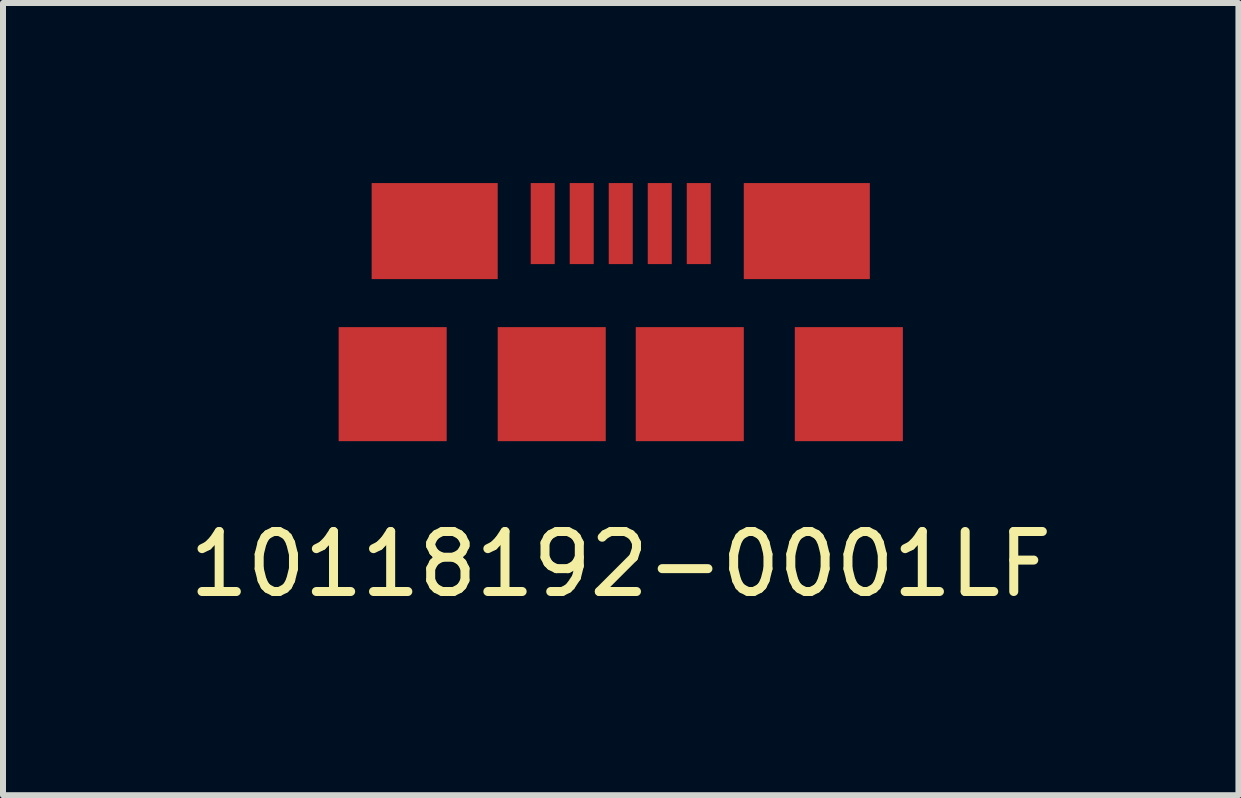
<source format=kicad_pcb>
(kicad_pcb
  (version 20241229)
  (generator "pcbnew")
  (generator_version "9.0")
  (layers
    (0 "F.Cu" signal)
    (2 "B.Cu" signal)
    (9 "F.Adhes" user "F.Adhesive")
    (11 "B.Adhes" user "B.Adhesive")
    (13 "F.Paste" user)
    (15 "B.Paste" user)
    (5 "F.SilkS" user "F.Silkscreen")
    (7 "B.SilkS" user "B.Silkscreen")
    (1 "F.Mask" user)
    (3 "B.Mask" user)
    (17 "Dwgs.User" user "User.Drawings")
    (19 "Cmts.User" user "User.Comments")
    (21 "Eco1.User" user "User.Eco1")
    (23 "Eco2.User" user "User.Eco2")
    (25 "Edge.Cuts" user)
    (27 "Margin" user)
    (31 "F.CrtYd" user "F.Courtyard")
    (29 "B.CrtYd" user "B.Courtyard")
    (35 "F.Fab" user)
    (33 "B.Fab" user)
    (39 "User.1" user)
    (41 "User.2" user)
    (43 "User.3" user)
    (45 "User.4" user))
  (footprint "10118192-0001LF"
    (layer "F.Cu")
    (at 7.292 3.35)
    (property "Reference" "10118192-0001LF" (at 0 3 0) (layer "F.SilkS") (effects (font (size 1 1) (thickness 0.15))))
    (attr through_hole)
    (pad "1" smd rect (at -3.8 0) (size 1.8 1.9) (layers "F.Cu" "F.Mask" "F.Paste"))
    (pad "1" smd rect (at -3.1 -2.55) (size 2.1 1.6) (layers "F.Cu" "F.Mask" "F.Paste"))
    (pad "1" smd rect (at -1.15 0) (size 1.8 1.9) (layers "F.Cu" "F.Mask" "F.Paste"))
    (pad "1" smd rect (at 1.15 0) (size 1.8 1.9) (layers "F.Cu" "F.Mask" "F.Paste"))
    (pad "1" smd rect (at 3.1 -2.55) (size 2.1 1.6) (layers "F.Cu" "F.Mask" "F.Paste"))
    (pad "1" smd rect (at 3.8 0) (size 1.8 1.9) (layers "F.Cu" "F.Mask" "F.Paste"))
    (pad "2" smd rect (at -1.3 -2.675) (size 0.4 1.35) (layers "F.Cu" "F.Mask" "F.Paste"))
    (pad "3" smd rect (at -0.65 -2.675) (size 0.4 1.35) (layers "F.Cu" "F.Mask" "F.Paste"))
    (pad "4" smd rect (at 0 -2.675) (size 0.4 1.35) (layers "F.Cu" "F.Mask" "F.Paste"))
    (pad "5" smd rect (at 0.65 -2.675) (size 0.4 1.35) (layers "F.Cu" "F.Mask" "F.Paste"))
    (pad "6" smd rect (at 1.3 -2.675) (size 0.4 1.35) (layers "F.Cu" "F.Mask" "F.Paste")))
  (gr_rect
    (start -3 -3)
    (end 17.583 10.198)
    (stroke (width 0.1) (type default))
    (fill no)
    (layer "Edge.Cuts")))
</source>
